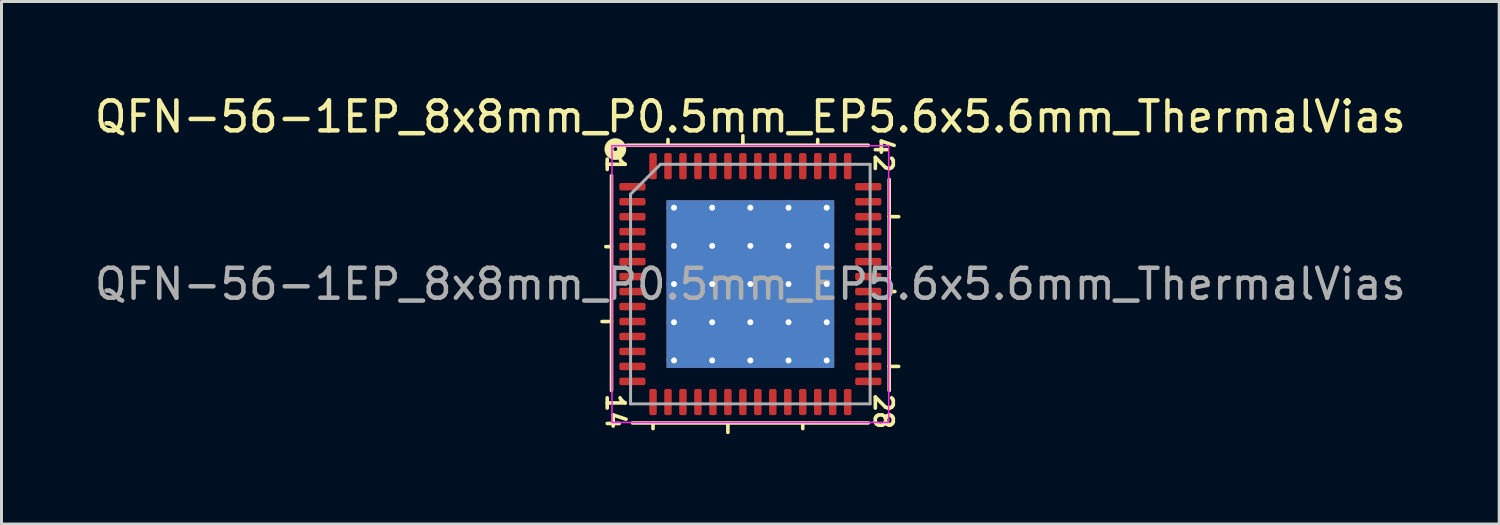
<source format=kicad_pcb>
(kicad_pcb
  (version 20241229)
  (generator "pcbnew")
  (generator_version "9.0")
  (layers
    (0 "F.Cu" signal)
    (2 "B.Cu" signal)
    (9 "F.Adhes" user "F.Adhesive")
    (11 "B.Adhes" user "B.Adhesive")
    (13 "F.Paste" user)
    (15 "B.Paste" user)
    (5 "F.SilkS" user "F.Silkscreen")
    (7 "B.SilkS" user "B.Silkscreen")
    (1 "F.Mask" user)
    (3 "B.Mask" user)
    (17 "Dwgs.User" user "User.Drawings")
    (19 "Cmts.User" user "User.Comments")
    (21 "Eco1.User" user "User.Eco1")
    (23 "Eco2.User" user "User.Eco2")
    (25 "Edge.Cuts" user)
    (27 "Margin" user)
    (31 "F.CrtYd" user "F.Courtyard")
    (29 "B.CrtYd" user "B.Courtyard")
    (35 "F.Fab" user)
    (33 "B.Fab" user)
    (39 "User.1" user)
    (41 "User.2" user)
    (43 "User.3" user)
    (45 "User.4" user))
  (footprint "QFN-56-1EP_8x8mm_P0.5mm_EP5.6x5.6mm_ThermalVias"
    (layer "F.Cu")
    (at 22.006 6.436)
    (property "Reference" "QFN-56-1EP_8x8mm_P0.5mm_EP5.6x5.6mm_ThermalVias" (at 0 -5.588 0) (layer "F.SilkS") (effects (font (size 1 1) (thickness 0.15))))
    (attr smd)
    (fp_line (start -4.636 -3.619) (end -4.636 3.556) (stroke (width 0.12) (type solid)) (layer "F.SilkS"))
    (fp_line (start -4.636 -1.25) (end -4.826 -1.25) (stroke (width 0.12) (type solid)) (layer "F.SilkS"))
    (fp_line (start -4.636 1.25) (end -4.953 1.25) (stroke (width 0.12) (type solid)) (layer "F.SilkS"))
    (fp_line (start -3.937 4.636) (end 3.937 4.636) (stroke (width 0.12) (type solid)) (layer "F.SilkS"))
    (fp_line (start -3.25 4.826) (end -3.25 4.636) (stroke (width 0.12) (type solid)) (layer "F.SilkS"))
    (fp_line (start -2.75 -4.636) (end -2.75 -4.826) (stroke (width 0.12) (type solid)) (layer "F.SilkS"))
    (fp_line (start -0.75 4.953) (end -0.75 4.636) (stroke (width 0.12) (type solid)) (layer "F.SilkS"))
    (fp_line (start -0.25 -4.636) (end -0.25 -4.953) (stroke (width 0.12) (type solid)) (layer "F.SilkS"))
    (fp_line (start 1.75 4.826) (end 1.75 4.636) (stroke (width 0.12) (type solid)) (layer "F.SilkS"))
    (fp_line (start 2.25 -4.636) (end 2.25 -4.826) (stroke (width 0.12) (type solid)) (layer "F.SilkS"))
    (fp_line (start 3.937 -4.636) (end -4.128 -4.636) (stroke (width 0.12) (type solid)) (layer "F.SilkS"))
    (fp_line (start 4.636 -2.25) (end 4.953 -2.25) (stroke (width 0.12) (type solid)) (layer "F.SilkS"))
    (fp_line (start 4.636 0.25) (end 4.826 0.25) (stroke (width 0.12) (type solid)) (layer "F.SilkS"))
    (fp_line (start 4.636 2.75) (end 4.953 2.75) (stroke (width 0.12) (type solid)) (layer "F.SilkS"))
    (fp_line (start 4.636 3.556) (end 4.636 -3.493) (stroke (width 0.12) (type solid)) (layer "F.SilkS"))
    (fp_circle (center -4.508 -4.508) (end -4.445 -4.508) (stroke (width 0.3) (type solid)) (fill no) (layer "F.SilkS"))
    (fp_line (start -4.62 -4.62) (end -4.62 4.62) (stroke (width 0.05) (type solid)) (layer "F.CrtYd"))
    (fp_line (start -4.62 4.62) (end 4.62 4.62) (stroke (width 0.05) (type solid)) (layer "F.CrtYd"))
    (fp_line (start 4.62 -4.62) (end -4.62 -4.62) (stroke (width 0.05) (type solid)) (layer "F.CrtYd"))
    (fp_line (start 4.62 4.62) (end 4.62 -4.62) (stroke (width 0.05) (type solid)) (layer "F.CrtYd"))
    (fp_line (start -4 -3) (end -3 -4) (stroke (width 0.1) (type solid)) (layer "F.Fab"))
    (fp_line (start -4 4) (end -4 -3) (stroke (width 0.1) (type solid)) (layer "F.Fab"))
    (fp_line (start -3 -4) (end 4 -4) (stroke (width 0.1) (type solid)) (layer "F.Fab"))
    (fp_line (start 4 -4) (end 4 4) (stroke (width 0.1) (type solid)) (layer "F.Fab"))
    (fp_line (start 4 4) (end -4 4) (stroke (width 0.1) (type solid)) (layer "F.Fab"))
    (fp_text user "28" (at 4.445 4.255 270) (unlocked yes) (layer "F.SilkS") (effects (font (size 0.6 0.6) (thickness 0.12))))
    (fp_text user "14" (at -4.508 4.255 270) (unlocked yes) (layer "F.SilkS") (effects (font (size 0.6 0.6) (thickness 0.12))))
    (fp_text user "42" (at 4.445 -4.318 270) (unlocked yes) (layer "F.SilkS") (effects (font (size 0.6 0.6) (thickness 0.12))))
    (fp_text user "1" (at -4.508 -4 270) (unlocked yes) (layer "F.SilkS") (effects (font (size 0.6 0.6) (thickness 0.12))))
    (fp_text user "${REFERENCE}" (at 0 0 0) (layer "F.Fab") (effects (font (size 1 1) (thickness 0.15))))
    (pad "" smd roundrect (at -1.913 -1.913) (size 1.084 1.084) (layers "F.Paste") (roundrect_rratio 0.231))
    (pad "" smd roundrect (at -1.913 -0.637) (size 1.084 1.084) (layers "F.Paste") (roundrect_rratio 0.231))
    (pad "" smd roundrect (at -1.913 0.637) (size 1.084 1.084) (layers "F.Paste") (roundrect_rratio 0.231))
    (pad "" smd roundrect (at -1.913 1.913) (size 1.084 1.084) (layers "F.Paste") (roundrect_rratio 0.231))
    (pad "" smd roundrect (at -0.637 -1.913) (size 1.084 1.084) (layers "F.Paste") (roundrect_rratio 0.231))
    (pad "" smd roundrect (at -0.637 -0.637) (size 1.084 1.084) (layers "F.Paste") (roundrect_rratio 0.231))
    (pad "" smd roundrect (at -0.637 0.637) (size 1.084 1.084) (layers "F.Paste") (roundrect_rratio 0.231))
    (pad "" smd roundrect (at -0.637 1.913) (size 1.084 1.084) (layers "F.Paste") (roundrect_rratio 0.231))
    (pad "" smd roundrect (at 0.637 -1.913) (size 1.084 1.084) (layers "F.Paste") (roundrect_rratio 0.231))
    (pad "" smd roundrect (at 0.637 -0.637) (size 1.084 1.084) (layers "F.Paste") (roundrect_rratio 0.231))
    (pad "" smd roundrect (at 0.637 0.637) (size 1.084 1.084) (layers "F.Paste") (roundrect_rratio 0.231))
    (pad "" smd roundrect (at 0.637 1.913) (size 1.084 1.084) (layers "F.Paste") (roundrect_rratio 0.231))
    (pad "" smd roundrect (at 1.913 -1.913) (size 1.084 1.084) (layers "F.Paste") (roundrect_rratio 0.231))
    (pad "" smd roundrect (at 1.913 -0.637) (size 1.084 1.084) (layers "F.Paste") (roundrect_rratio 0.231))
    (pad "" smd roundrect (at 1.913 0.637) (size 1.084 1.084) (layers "F.Paste") (roundrect_rratio 0.231))
    (pad "" smd roundrect (at 1.913 1.913) (size 1.084 1.084) (layers "F.Paste") (roundrect_rratio 0.231))
    (pad "1" smd roundrect (at -3.938 -3.25) (size 0.875 0.25) (layers "F.Cu" "F.Mask" "F.Paste") (roundrect_rratio 0.25))
    (pad "2" smd roundrect (at -3.938 -2.75) (size 0.875 0.25) (layers "F.Cu" "F.Mask" "F.Paste") (roundrect_rratio 0.25))
    (pad "3" smd roundrect (at -3.938 -2.25) (size 0.875 0.25) (layers "F.Cu" "F.Mask" "F.Paste") (roundrect_rratio 0.25))
    (pad "4" smd roundrect (at -3.938 -1.75) (size 0.875 0.25) (layers "F.Cu" "F.Mask" "F.Paste") (roundrect_rratio 0.25))
    (pad "5" smd roundrect (at -3.938 -1.25) (size 0.875 0.25) (layers "F.Cu" "F.Mask" "F.Paste") (roundrect_rratio 0.25))
    (pad "6" smd roundrect (at -3.938 -0.75) (size 0.875 0.25) (layers "F.Cu" "F.Mask" "F.Paste") (roundrect_rratio 0.25))
    (pad "7" smd roundrect (at -3.938 -0.25) (size 0.875 0.25) (layers "F.Cu" "F.Mask" "F.Paste") (roundrect_rratio 0.25))
    (pad "8" smd roundrect (at -3.938 0.25) (size 0.875 0.25) (layers "F.Cu" "F.Mask" "F.Paste") (roundrect_rratio 0.25))
    (pad "9" smd roundrect (at -3.938 0.75) (size 0.875 0.25) (layers "F.Cu" "F.Mask" "F.Paste") (roundrect_rratio 0.25))
    (pad "10" smd roundrect (at -3.938 1.25) (size 0.875 0.25) (layers "F.Cu" "F.Mask" "F.Paste") (roundrect_rratio 0.25))
    (pad "11" smd roundrect (at -3.938 1.75) (size 0.875 0.25) (layers "F.Cu" "F.Mask" "F.Paste") (roundrect_rratio 0.25))
    (pad "12" smd roundrect (at -3.938 2.25) (size 0.875 0.25) (layers "F.Cu" "F.Mask" "F.Paste") (roundrect_rratio 0.25))
    (pad "13" smd roundrect (at -3.938 2.75) (size 0.875 0.25) (layers "F.Cu" "F.Mask" "F.Paste") (roundrect_rratio 0.25))
    (pad "14" smd roundrect (at -3.938 3.25) (size 0.875 0.25) (layers "F.Cu" "F.Mask" "F.Paste") (roundrect_rratio 0.25))
    (pad "15" smd roundrect (at -3.25 3.938) (size 0.25 0.875) (layers "F.Cu" "F.Mask" "F.Paste") (roundrect_rratio 0.25))
    (pad "16" smd roundrect (at -2.75 3.938) (size 0.25 0.875) (layers "F.Cu" "F.Mask" "F.Paste") (roundrect_rratio 0.25))
    (pad "17" smd roundrect (at -2.25 3.938) (size 0.25 0.875) (layers "F.Cu" "F.Mask" "F.Paste") (roundrect_rratio 0.25))
    (pad "18" smd roundrect (at -1.75 3.938) (size 0.25 0.875) (layers "F.Cu" "F.Mask" "F.Paste") (roundrect_rratio 0.25))
    (pad "19" smd roundrect (at -1.25 3.938) (size 0.25 0.875) (layers "F.Cu" "F.Mask" "F.Paste") (roundrect_rratio 0.25))
    (pad "20" smd roundrect (at -0.75 3.938) (size 0.25 0.875) (layers "F.Cu" "F.Mask" "F.Paste") (roundrect_rratio 0.25))
    (pad "21" smd roundrect (at -0.25 3.938) (size 0.25 0.875) (layers "F.Cu" "F.Mask" "F.Paste") (roundrect_rratio 0.25))
    (pad "22" smd roundrect (at 0.25 3.938) (size 0.25 0.875) (layers "F.Cu" "F.Mask" "F.Paste") (roundrect_rratio 0.25))
    (pad "23" smd roundrect (at 0.75 3.938) (size 0.25 0.875) (layers "F.Cu" "F.Mask" "F.Paste") (roundrect_rratio 0.25))
    (pad "24" smd roundrect (at 1.25 3.938) (size 0.25 0.875) (layers "F.Cu" "F.Mask" "F.Paste") (roundrect_rratio 0.25))
    (pad "25" smd roundrect (at 1.75 3.938) (size 0.25 0.875) (layers "F.Cu" "F.Mask" "F.Paste") (roundrect_rratio 0.25))
    (pad "26" smd roundrect (at 2.25 3.938) (size 0.25 0.875) (layers "F.Cu" "F.Mask" "F.Paste") (roundrect_rratio 0.25))
    (pad "27" smd roundrect (at 2.75 3.938) (size 0.25 0.875) (layers "F.Cu" "F.Mask" "F.Paste") (roundrect_rratio 0.25))
    (pad "28" smd roundrect (at 3.25 3.938) (size 0.25 0.875) (layers "F.Cu" "F.Mask" "F.Paste") (roundrect_rratio 0.25))
    (pad "29" smd roundrect (at 3.938 3.25) (size 0.875 0.25) (layers "F.Cu" "F.Mask" "F.Paste") (roundrect_rratio 0.25))
    (pad "30" smd roundrect (at 3.938 2.75) (size 0.875 0.25) (layers "F.Cu" "F.Mask" "F.Paste") (roundrect_rratio 0.25))
    (pad "31" smd roundrect (at 3.938 2.25) (size 0.875 0.25) (layers "F.Cu" "F.Mask" "F.Paste") (roundrect_rratio 0.25))
    (pad "32" smd roundrect (at 3.938 1.75) (size 0.875 0.25) (layers "F.Cu" "F.Mask" "F.Paste") (roundrect_rratio 0.25))
    (pad "33" smd roundrect (at 3.938 1.25) (size 0.875 0.25) (layers "F.Cu" "F.Mask" "F.Paste") (roundrect_rratio 0.25))
    (pad "34" smd roundrect (at 3.938 0.75) (size 0.875 0.25) (layers "F.Cu" "F.Mask" "F.Paste") (roundrect_rratio 0.25))
    (pad "35" smd roundrect (at 3.938 0.25) (size 0.875 0.25) (layers "F.Cu" "F.Mask" "F.Paste") (roundrect_rratio 0.25))
    (pad "36" smd roundrect (at 3.938 -0.25) (size 0.875 0.25) (layers "F.Cu" "F.Mask" "F.Paste") (roundrect_rratio 0.25))
    (pad "37" smd roundrect (at 3.938 -0.75) (size 0.875 0.25) (layers "F.Cu" "F.Mask" "F.Paste") (roundrect_rratio 0.25))
    (pad "38" smd roundrect (at 3.938 -1.25) (size 0.875 0.25) (layers "F.Cu" "F.Mask" "F.Paste") (roundrect_rratio 0.25))
    (pad "39" smd roundrect (at 3.938 -1.75) (size 0.875 0.25) (layers "F.Cu" "F.Mask" "F.Paste") (roundrect_rratio 0.25))
    (pad "40" smd roundrect (at 3.938 -2.25) (size 0.875 0.25) (layers "F.Cu" "F.Mask" "F.Paste") (roundrect_rratio 0.25))
    (pad "41" smd roundrect (at 3.938 -2.75) (size 0.875 0.25) (layers "F.Cu" "F.Mask" "F.Paste") (roundrect_rratio 0.25))
    (pad "42" smd roundrect (at 3.938 -3.25) (size 0.875 0.25) (layers "F.Cu" "F.Mask" "F.Paste") (roundrect_rratio 0.25))
    (pad "43" smd roundrect (at 3.25 -3.938) (size 0.25 0.875) (layers "F.Cu" "F.Mask" "F.Paste") (roundrect_rratio 0.25))
    (pad "44" smd roundrect (at 2.75 -3.938) (size 0.25 0.875) (layers "F.Cu" "F.Mask" "F.Paste") (roundrect_rratio 0.25))
    (pad "45" smd roundrect (at 2.25 -3.938) (size 0.25 0.875) (layers "F.Cu" "F.Mask" "F.Paste") (roundrect_rratio 0.25))
    (pad "46" smd roundrect (at 1.75 -3.938) (size 0.25 0.875) (layers "F.Cu" "F.Mask" "F.Paste") (roundrect_rratio 0.25))
    (pad "47" smd roundrect (at 1.25 -3.938) (size 0.25 0.875) (layers "F.Cu" "F.Mask" "F.Paste") (roundrect_rratio 0.25))
    (pad "48" smd roundrect (at 0.75 -3.938) (size 0.25 0.875) (layers "F.Cu" "F.Mask" "F.Paste") (roundrect_rratio 0.25))
    (pad "49" smd roundrect (at 0.25 -3.938) (size 0.25 0.875) (layers "F.Cu" "F.Mask" "F.Paste") (roundrect_rratio 0.25))
    (pad "50" smd roundrect (at -0.25 -3.938) (size 0.25 0.875) (layers "F.Cu" "F.Mask" "F.Paste") (roundrect_rratio 0.25))
    (pad "51" smd roundrect (at -0.75 -3.938) (size 0.25 0.875) (layers "F.Cu" "F.Mask" "F.Paste") (roundrect_rratio 0.25))
    (pad "52" smd roundrect (at -1.25 -3.938) (size 0.25 0.875) (layers "F.Cu" "F.Mask" "F.Paste") (roundrect_rratio 0.25))
    (pad "53" smd roundrect (at -1.75 -3.938) (size 0.25 0.875) (layers "F.Cu" "F.Mask" "F.Paste") (roundrect_rratio 0.25))
    (pad "54" smd roundrect (at -2.25 -3.938) (size 0.25 0.875) (layers "F.Cu" "F.Mask" "F.Paste") (roundrect_rratio 0.25))
    (pad "55" smd roundrect (at -2.75 -3.938) (size 0.25 0.875) (layers "F.Cu" "F.Mask" "F.Paste") (roundrect_rratio 0.25))
    (pad "56" smd roundrect (at -3.25 -3.938) (size 0.25 0.875) (layers "F.Cu" "F.Mask" "F.Paste") (roundrect_rratio 0.25))
    (pad "57" thru_hole circle (at -2.55 -2.55) (size 0.5 0.5) (drill 0.2) (layers "*.Cu"))
    (pad "57" thru_hole circle (at -2.55 -1.275) (size 0.5 0.5) (drill 0.2) (layers "*.Cu"))
    (pad "57" thru_hole circle (at -2.55 0) (size 0.5 0.5) (drill 0.2) (layers "*.Cu"))
    (pad "57" thru_hole circle (at -2.55 1.275) (size 0.5 0.5) (drill 0.2) (layers "*.Cu"))
    (pad "57" thru_hole circle (at -2.55 2.55) (size 0.5 0.5) (drill 0.2) (layers "*.Cu"))
    (pad "57" thru_hole circle (at -1.275 -2.55) (size 0.5 0.5) (drill 0.2) (layers "*.Cu"))
    (pad "57" thru_hole circle (at -1.275 -1.275) (size 0.5 0.5) (drill 0.2) (layers "*.Cu"))
    (pad "57" thru_hole circle (at -1.275 0) (size 0.5 0.5) (drill 0.2) (layers "*.Cu"))
    (pad "57" thru_hole circle (at -1.275 1.275) (size 0.5 0.5) (drill 0.2) (layers "*.Cu"))
    (pad "57" thru_hole circle (at -1.275 2.55) (size 0.5 0.5) (drill 0.2) (layers "*.Cu"))
    (pad "57" thru_hole circle (at 0 -2.55) (size 0.5 0.5) (drill 0.2) (layers "*.Cu"))
    (pad "57" thru_hole circle (at 0 -1.275) (size 0.5 0.5) (drill 0.2) (layers "*.Cu"))
    (pad "57" thru_hole circle (at 0 0) (size 0.5 0.5) (drill 0.2) (layers "*.Cu"))
    (pad "57" smd rect (at 0 0) (size 5.6 5.6) (layers "F.Cu" "F.Mask"))
    (pad "57" smd rect (at 0 0) (size 5.6 5.6) (layers "B.Cu" "B.Mask"))
    (pad "57" thru_hole circle (at 0 1.275) (size 0.5 0.5) (drill 0.2) (layers "*.Cu"))
    (pad "57" thru_hole circle (at 0 2.55) (size 0.5 0.5) (drill 0.2) (layers "*.Cu"))
    (pad "57" thru_hole circle (at 1.275 -2.55) (size 0.5 0.5) (drill 0.2) (layers "*.Cu"))
    (pad "57" thru_hole circle (at 1.275 -1.275) (size 0.5 0.5) (drill 0.2) (layers "*.Cu"))
    (pad "57" thru_hole circle (at 1.275 0) (size 0.5 0.5) (drill 0.2) (layers "*.Cu"))
    (pad "57" thru_hole circle (at 1.275 1.275) (size 0.5 0.5) (drill 0.2) (layers "*.Cu"))
    (pad "57" thru_hole circle (at 1.275 2.55) (size 0.5 0.5) (drill 0.2) (layers "*.Cu"))
    (pad "57" thru_hole circle (at 2.55 -2.55) (size 0.5 0.5) (drill 0.2) (layers "*.Cu"))
    (pad "57" thru_hole circle (at 2.55 -1.275) (size 0.5 0.5) (drill 0.2) (layers "*.Cu"))
    (pad "57" thru_hole circle (at 2.55 0) (size 0.5 0.5) (drill 0.2) (layers "*.Cu"))
    (pad "57" thru_hole circle (at 2.55 1.275) (size 0.5 0.5) (drill 0.2) (layers "*.Cu"))
    (pad "57" thru_hole circle (at 2.55 2.55) (size 0.5 0.5) (drill 0.2) (layers "*.Cu")))
  (gr_rect
    (start -3 -3)
    (end 47.012 14.449)
    (stroke (width 0.1) (type default))
    (fill no)
    (layer "Edge.Cuts")))
</source>
